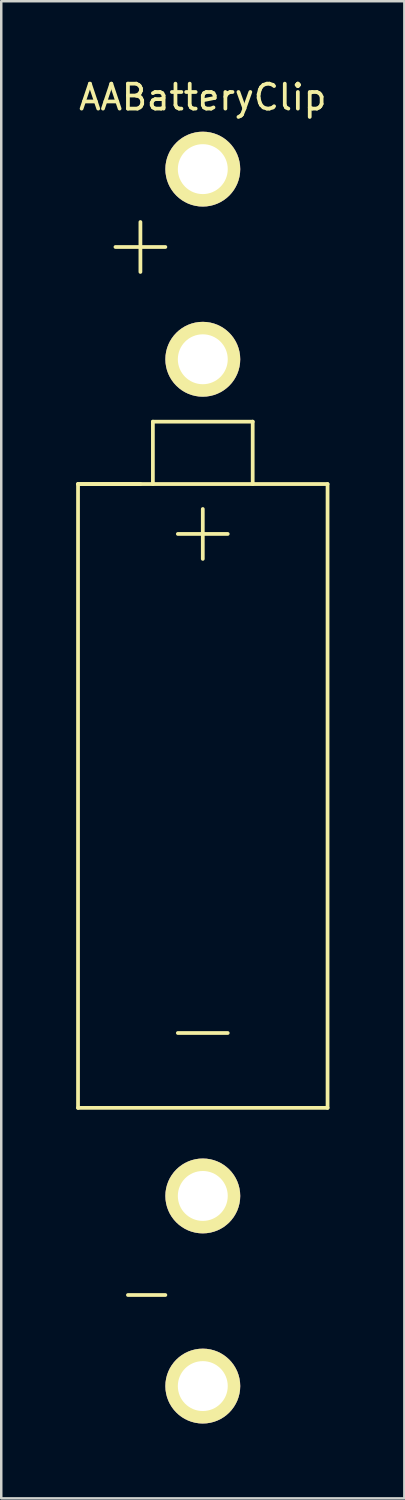
<source format=kicad_pcb>
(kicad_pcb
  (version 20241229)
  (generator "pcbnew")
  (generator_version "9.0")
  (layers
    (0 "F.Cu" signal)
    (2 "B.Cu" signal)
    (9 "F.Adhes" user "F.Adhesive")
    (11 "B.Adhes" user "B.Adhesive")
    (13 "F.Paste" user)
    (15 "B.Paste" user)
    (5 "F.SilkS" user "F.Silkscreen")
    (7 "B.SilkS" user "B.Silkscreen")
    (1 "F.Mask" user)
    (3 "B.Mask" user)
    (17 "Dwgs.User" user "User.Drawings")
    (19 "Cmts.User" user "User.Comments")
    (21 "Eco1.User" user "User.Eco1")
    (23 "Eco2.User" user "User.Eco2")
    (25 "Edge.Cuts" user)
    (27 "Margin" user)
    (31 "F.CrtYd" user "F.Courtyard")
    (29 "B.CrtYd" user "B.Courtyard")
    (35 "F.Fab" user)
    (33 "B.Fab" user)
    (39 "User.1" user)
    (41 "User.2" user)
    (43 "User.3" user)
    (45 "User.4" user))
  (footprint "AABatteryClip"
    (layer "F.Cu")
    (at 5.077 11.348)
    (property "Reference" "AABatteryClip" (at 0 -10.5 0) (layer "F.SilkS") (effects (font (size 1 1) (thickness 0.15))))
    (attr through_hole)
    (fp_line (start -5 5) (end -2.5 5) (stroke (width 0.15) (type solid)) (layer "F.SilkS"))
    (fp_line (start -5 5) (end 5 5) (stroke (width 0.15) (type solid)) (layer "F.SilkS"))
    (fp_line (start -5 30) (end -5 5) (stroke (width 0.15) (type solid)) (layer "F.SilkS"))
    (fp_line (start -3.5 -4.5) (end -1.5 -4.5) (stroke (width 0.15) (type solid)) (layer "F.SilkS"))
    (fp_line (start -3 37.5) (end -1.5 37.5) (stroke (width 0.15) (type solid)) (layer "F.SilkS"))
    (fp_line (start -2.5 -5.5) (end -2.5 -3.5) (stroke (width 0.15) (type solid)) (layer "F.SilkS"))
    (fp_line (start -2 2.5) (end 2 2.5) (stroke (width 0.15) (type solid)) (layer "F.SilkS"))
    (fp_line (start -2 5) (end -2 2.5) (stroke (width 0.15) (type solid)) (layer "F.SilkS"))
    (fp_line (start -1 7) (end 1 7) (stroke (width 0.15) (type solid)) (layer "F.SilkS"))
    (fp_line (start -1 27) (end 1 27) (stroke (width 0.15) (type solid)) (layer "F.SilkS"))
    (fp_line (start 0 6) (end 0 8) (stroke (width 0.15) (type solid)) (layer "F.SilkS"))
    (fp_line (start 2 2.5) (end 2 5) (stroke (width 0.15) (type solid)) (layer "F.SilkS"))
    (fp_line (start 5 5) (end 5 30) (stroke (width 0.15) (type solid)) (layer "F.SilkS"))
    (fp_line (start 5 30) (end -5 30) (stroke (width 0.15) (type solid)) (layer "F.SilkS"))
    (pad "1" thru_hole circle (at 0 -7.62) (size 3 3) (drill 2) (layers "*.Cu" "*.Paste" "*.Mask" "F.SilkS"))
    (pad "1" thru_hole circle (at 0 0) (size 3 3) (drill 2) (layers "*.Cu" "*.Paste" "*.Mask" "F.SilkS"))
    (pad "2" thru_hole circle (at 0 33.53) (size 3 3) (drill 2) (layers "*.Cu" "*.Paste" "*.Mask" "F.SilkS"))
    (pad "2" thru_hole circle (at 0 41.15) (size 3 3) (drill 2) (layers "*.Cu" "*.Paste" "*.Mask" "F.SilkS")))
  (gr_rect
    (start -3 -3)
    (end 13.155 56.998)
    (stroke (width 0.1) (type default))
    (fill no)
    (layer "Edge.Cuts")))
</source>
